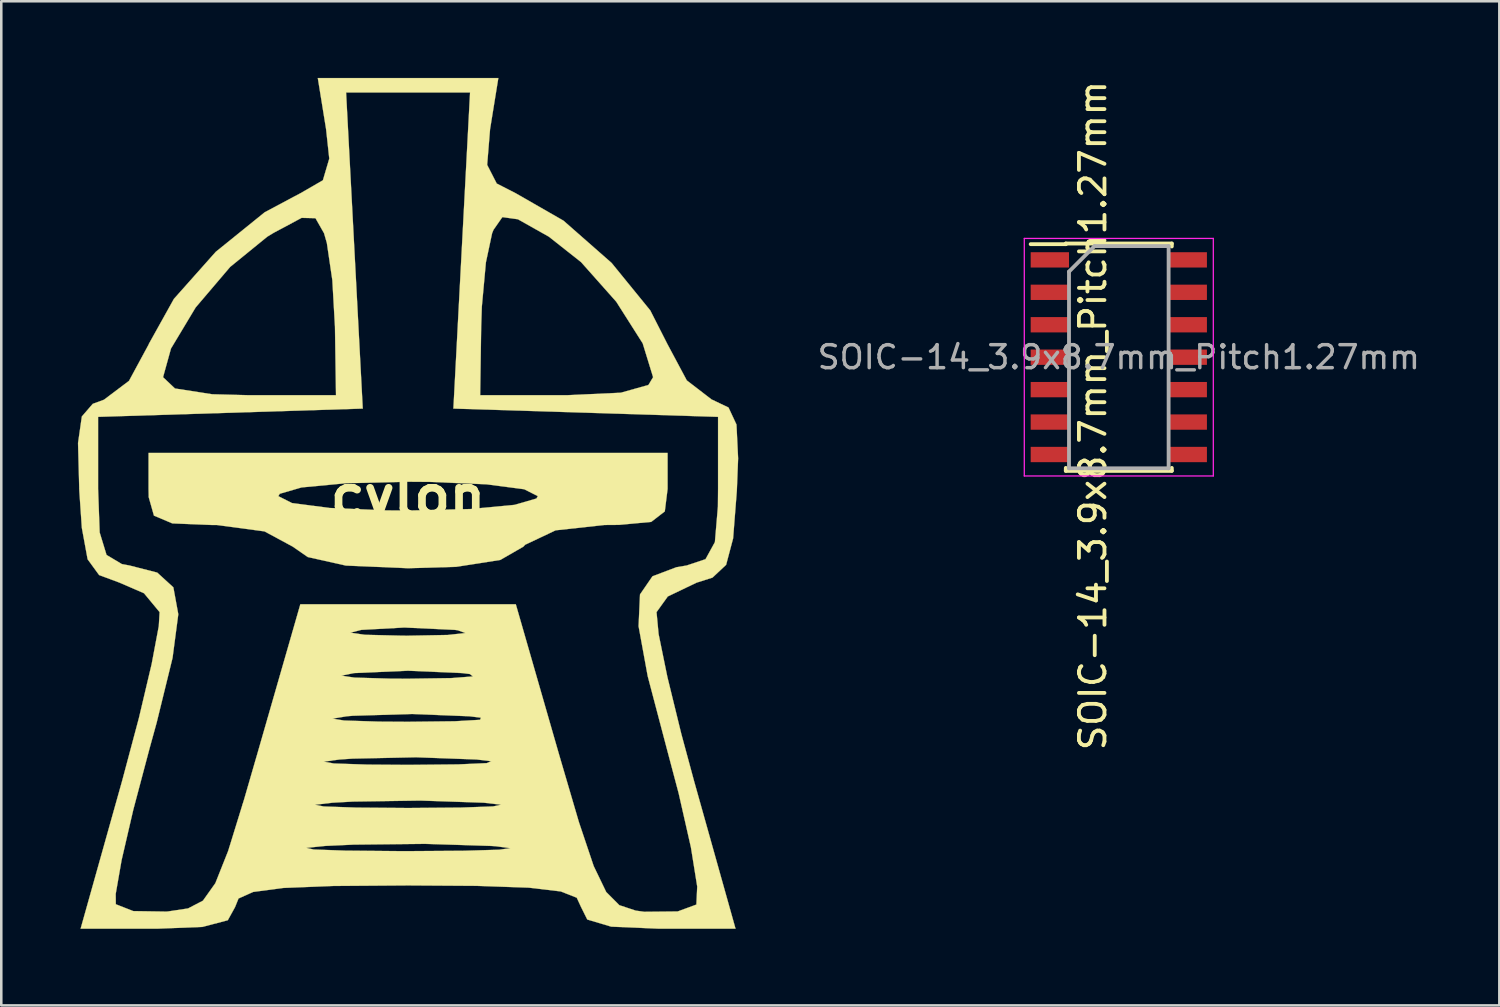
<source format=kicad_pcb>
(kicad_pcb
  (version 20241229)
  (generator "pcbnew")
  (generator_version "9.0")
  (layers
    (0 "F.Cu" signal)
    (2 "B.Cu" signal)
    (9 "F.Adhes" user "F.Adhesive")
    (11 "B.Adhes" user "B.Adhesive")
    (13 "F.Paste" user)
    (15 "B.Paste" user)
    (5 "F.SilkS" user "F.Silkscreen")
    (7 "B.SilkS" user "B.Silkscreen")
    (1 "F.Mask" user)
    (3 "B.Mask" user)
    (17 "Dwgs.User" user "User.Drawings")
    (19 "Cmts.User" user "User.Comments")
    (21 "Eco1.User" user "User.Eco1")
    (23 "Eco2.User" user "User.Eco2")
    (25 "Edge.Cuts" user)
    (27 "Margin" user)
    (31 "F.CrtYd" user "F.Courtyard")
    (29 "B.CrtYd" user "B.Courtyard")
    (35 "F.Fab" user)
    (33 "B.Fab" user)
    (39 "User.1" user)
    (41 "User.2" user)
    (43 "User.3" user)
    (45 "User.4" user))
  (footprint "cylon"
    (layer "F.Cu")
    (at 12.926 16.374)
    (property "Reference" "cylon" (at 0 0 0) (layer "F.SilkS") (effects (font (size 1.524 1.524) (thickness 0.3))))
    (attr through_hole)
    (fp_poly (pts (xy 10.16 -0.282) (xy 10.051 0.597) (xy 9.519 1.008) (xy 8.259 1.125) (xy 7.689 1.129) (xy 5.777 1.338) (xy 4.582 1.903) (xy 4.516 1.976) (xy 3.612 2.497) (xy 1.885 2.767) (xy 0 2.822) (xy -2.436 2.718) (xy -3.927 2.384) (xy -4.516 1.976) (xy -5.62 1.38) (xy -7.476 1.131) (xy -7.689 1.129) (xy -9.229 1.067) (xy -9.949 0.763) (xy -10.153 0.043) (xy -10.154 0) (xy -5.08 0) (xy -4.547 0.27) (xy -3.072 0.463) (xy -0.84 0.558) (xy 0 0.564) (xy 2.434 0.505) (xy 4.17 0.341) (xy 5.024 0.093) (xy 5.08 0) (xy 4.547 -0.27) (xy 3.072 -0.463) (xy 0.84 -0.558) (xy 0 -0.564) (xy -2.434 -0.505) (xy -4.17 -0.341) (xy -5.024 -0.093) (xy -5.08 0) (xy -10.154 0) (xy -10.16 -0.282) (xy -10.16 -1.693) (xy 10.16 -1.693) (xy 10.16 -0.282)) (stroke (width 0.01) (type solid)) (fill yes) (layer "F.SilkS"))
    (fp_poly (pts (xy 3.21 -14.367) (xy 3.096 -12.97) (xy 3.471 -12.238) (xy 4.202 -11.865) (xy 6.083 -10.786) (xy 7.968 -9.13) (xy 9.482 -7.271) (xy 10.15 -5.958) (xy 10.912 -4.531) (xy 11.893 -3.777) (xy 11.907 -3.774) (xy 12.545 -3.47) (xy 12.857 -2.802) (xy 12.921 -1.478) (xy 12.871 -0.209) (xy 12.725 1.655) (xy 12.451 2.689) (xy 11.918 3.189) (xy 11.292 3.388) (xy 10.168 3.927) (xy 9.727 4.54) (xy 9.808 5.4) (xy 10.151 7.076) (xy 10.696 9.304) (xy 11.195 11.148) (xy 12.82 16.933) (xy 9.797 16.933) (xy 7.952 16.854) (xy 7.016 16.575) (xy 6.773 16.087) (xy 6.604 15.722) (xy 5.979 15.476) (xy 4.727 15.328) (xy 2.675 15.257) (xy 0 15.24) (xy -2.92 15.261) (xy -4.885 15.339) (xy -6.067 15.496) (xy -6.638 15.752) (xy -6.773 16.087) (xy -7.058 16.603) (xy -8.054 16.865) (xy -9.797 16.933) (xy -12.82 16.933) (xy -11.195 11.148) (xy -10.537 8.683) (xy -10.039 6.574) (xy -9.759 5.086) (xy -9.727 4.54) (xy -10.339 3.801) (xy -11.292 3.388) (xy -12.096 3.089) (xy -12.546 2.472) (xy -12.772 1.241) (xy -12.871 -0.209) (xy -12.921 -2.081) (xy -12.774 -3.104) (xy -12.136 -3.104) (xy -12.136 -0.282) (xy -12.074 1.422) (xy -11.805 2.302) (xy -11.207 2.659) (xy -10.907 2.715) (xy -9.82 2.993) (xy -9.189 3.57) (xy -8.996 4.623) (xy -9.22 6.329) (xy -9.843 8.867) (xy -10.124 9.887) (xy -10.756 12.27) (xy -11.215 14.248) (xy -11.446 15.571) (xy -11.442 15.977) (xy -10.759 16.245) (xy -9.464 16.265) (xy -9.406 16.26) (xy -8.615 16.141) (xy -8.032 15.838) (xy -7.546 15.154) (xy -7.045 13.894) (xy -7.006 13.77) (xy -3.986 13.77) (xy -3.693 13.834) (xy -2.462 13.878) (xy -0.387 13.897) (xy 0 13.898) (xy 2.196 13.883) (xy 3.563 13.842) (xy 4.006 13.781) (xy 3.43 13.706) (xy 3.246 13.694) (xy 0.662 13.613) (xy -2.133 13.643) (xy -3.246 13.694) (xy -3.986 13.77) (xy -7.006 13.77) (xy -6.485 12.083) (xy -3.648 12.083) (xy -3.302 12.149) (xy -2.028 12.193) (xy 0 12.209) (xy 2.081 12.192) (xy 3.328 12.147) (xy 3.642 12.08) (xy 2.963 12.002) (xy 0.485 11.918) (xy -2.163 11.958) (xy -2.963 12.002) (xy -3.648 12.083) (xy -6.485 12.083) (xy -6.417 11.863) (xy -5.992 10.396) (xy -3.306 10.396) (xy -2.907 10.466) (xy -1.588 10.51) (xy 0 10.521) (xy 1.959 10.502) (xy 3.08 10.452) (xy 3.258 10.378) (xy 2.681 10.31) (xy 0.314 10.223) (xy -2.174 10.276) (xy -2.681 10.31) (xy -3.306 10.396) (xy -5.992 10.396) (xy -5.923 10.16) (xy -5.506 8.711) (xy -2.961 8.711) (xy -2.506 8.784) (xy -1.142 8.827) (xy 0 8.834) (xy 1.832 8.813) (xy 2.819 8.756) (xy 2.851 8.673) (xy 2.399 8.618) (xy 0.151 8.529) (xy -2.162 8.598) (xy -2.399 8.618) (xy -2.961 8.711) (xy -5.506 8.711) (xy -5.022 7.028) (xy -2.613 7.028) (xy -2.099 7.104) (xy -0.691 7.145) (xy 0 7.148) (xy 1.696 7.123) (xy 2.54 7.058) (xy 2.416 6.964) (xy 2.117 6.927) (xy -0.003 6.835) (xy -2.117 6.927) (xy -2.613 7.028) (xy -5.022 7.028) (xy -4.538 5.347) (xy -2.26 5.347) (xy -1.684 5.428) (xy -0.232 5.463) (xy 0 5.464) (xy 1.551 5.435) (xy 2.241 5.359) (xy 1.945 5.251) (xy 1.834 5.236) (xy -0.145 5.143) (xy -1.834 5.236) (xy -2.26 5.347) (xy -4.538 5.347) (xy -4.218 4.233) (xy 4.218 4.233) (xy 5.924 10.16) (xy 6.69 12.767) (xy 7.266 14.48) (xy 7.757 15.498) (xy 8.271 16.014) (xy 8.914 16.227) (xy 9.246 16.272) (xy 10.555 16.259) (xy 11.287 15.99) (xy 11.32 15.284) (xy 11.073 13.747) (xy 10.592 11.628) (xy 10.13 9.887) (xy 9.381 7.045) (xy 9.024 5.092) (xy 9.08 3.848) (xy 9.568 3.138) (xy 10.506 2.783) (xy 10.907 2.715) (xy 11.645 2.468) (xy 12.012 1.8) (xy 12.13 0.409) (xy 12.136 -0.282) (xy 12.136 -3.104) (xy 1.774 -3.428) (xy 1.802 -3.951) (xy 2.822 -3.951) (xy 6.209 -3.951) (xy 8.328 -4.049) (xy 9.41 -4.353) (xy 9.593 -4.657) (xy 9.185 -5.983) (xy 8.152 -7.61) (xy 6.773 -9.162) (xy 5.513 -10.157) (xy 4.3 -10.84) (xy 3.691 -10.924) (xy 3.345 -10.428) (xy 3.29 -10.293) (xy 3.047 -9.152) (xy 2.888 -7.42) (xy 2.862 -6.632) (xy 2.822 -3.951) (xy 1.802 -3.951) (xy 2.1 -9.616) (xy 2.427 -15.804) (xy -2.427 -15.804) (xy -2.1 -9.616) (xy -1.774 -3.428) (xy -12.136 -3.104) (xy -12.774 -3.104) (xy -12.771 -3.12) (xy -12.344 -3.614) (xy -11.907 -3.774) (xy -10.925 -4.514) (xy -10.848 -4.657) (xy -9.593 -4.657) (xy -9.126 -4.215) (xy -7.668 -3.989) (xy -6.209 -3.951) (xy -2.822 -3.951) (xy -2.862 -6.632) (xy -2.965 -8.453) (xy -3.18 -9.912) (xy -3.29 -10.293) (xy -3.625 -10.882) (xy -4.168 -10.895) (xy -5.259 -10.311) (xy -5.513 -10.157) (xy -6.967 -8.973) (xy -8.316 -7.388) (xy -9.282 -5.78) (xy -9.593 -4.657) (xy -10.848 -4.657) (xy -10.157 -5.935) (xy -10.15 -5.958) (xy -9.168 -7.722) (xy -7.529 -9.565) (xy -5.61 -11.116) (xy -4.202 -11.865) (xy -3.335 -12.367) (xy -3.085 -13.213) (xy -3.21 -14.367) (xy -3.534 -16.369) (xy 3.534 -16.369) (xy 3.21 -14.367)) (stroke (width 0.01) (type solid)) (fill yes) (layer "F.SilkS")))
  (footprint "SOIC-14_3.9x8.7mm_Pitch1.27mm"
    (layer "F.Cu")
    (at 40.751 10.934)
    (property "Reference" "SOIC-14_3.9x8.7mm_Pitch1.27mm" (at -1.016 2.286 270) (layer "F.SilkS") (effects (font (size 1 1) (thickness 0.15))))
    (attr smd)
    (fp_line (start -2.075 -4.45) (end -2.075 -4.425) (stroke (width 0.15) (type solid)) (layer "F.SilkS"))
    (fp_line (start -2.075 -4.45) (end 2.075 -4.45) (stroke (width 0.15) (type solid)) (layer "F.SilkS"))
    (fp_line (start -2.075 -4.425) (end -3.45 -4.425) (stroke (width 0.15) (type solid)) (layer "F.SilkS"))
    (fp_line (start -2.075 4.45) (end -2.075 4.335) (stroke (width 0.15) (type solid)) (layer "F.SilkS"))
    (fp_line (start -2.075 4.45) (end 2.075 4.45) (stroke (width 0.15) (type solid)) (layer "F.SilkS"))
    (fp_line (start 2.075 -4.45) (end 2.075 -4.335) (stroke (width 0.15) (type solid)) (layer "F.SilkS"))
    (fp_line (start 2.075 4.45) (end 2.075 4.335) (stroke (width 0.15) (type solid)) (layer "F.SilkS"))
    (fp_line (start -3.7 -4.65) (end -3.7 4.65) (stroke (width 0.05) (type solid)) (layer "F.CrtYd"))
    (fp_line (start -3.7 -4.65) (end 3.7 -4.65) (stroke (width 0.05) (type solid)) (layer "F.CrtYd"))
    (fp_line (start -3.7 4.65) (end 3.7 4.65) (stroke (width 0.05) (type solid)) (layer "F.CrtYd"))
    (fp_line (start 3.7 -4.65) (end 3.7 4.65) (stroke (width 0.05) (type solid)) (layer "F.CrtYd"))
    (fp_line (start -1.95 -3.35) (end -0.95 -4.35) (stroke (width 0.15) (type solid)) (layer "F.Fab"))
    (fp_line (start -1.95 4.35) (end -1.95 -3.35) (stroke (width 0.15) (type solid)) (layer "F.Fab"))
    (fp_line (start -0.95 -4.35) (end 1.95 -4.35) (stroke (width 0.15) (type solid)) (layer "F.Fab"))
    (fp_line (start 1.95 -4.35) (end 1.95 4.35) (stroke (width 0.15) (type solid)) (layer "F.Fab"))
    (fp_line (start 1.95 4.35) (end -1.95 4.35) (stroke (width 0.15) (type solid)) (layer "F.Fab"))
    (fp_text user "${REFERENCE}" (at 0 0 0) (layer "F.Fab") (effects (font (size 0.9 0.9) (thickness 0.135))))
    (pad "1" smd rect (at -2.7 -3.81) (size 1.5 0.6) (layers "F.Cu" "F.Mask" "F.Paste"))
    (pad "2" smd rect (at -2.7 -2.54) (size 1.5 0.6) (layers "F.Cu" "F.Mask" "F.Paste"))
    (pad "3" smd rect (at -2.7 -1.27) (size 1.5 0.6) (layers "F.Cu" "F.Mask" "F.Paste"))
    (pad "4" smd rect (at -2.7 0) (size 1.5 0.6) (layers "F.Cu" "F.Mask" "F.Paste"))
    (pad "5" smd rect (at -2.7 1.27) (size 1.5 0.6) (layers "F.Cu" "F.Mask" "F.Paste"))
    (pad "6" smd rect (at -2.7 2.54) (size 1.5 0.6) (layers "F.Cu" "F.Mask" "F.Paste"))
    (pad "7" smd rect (at -2.7 3.81) (size 1.5 0.6) (layers "F.Cu" "F.Mask" "F.Paste"))
    (pad "8" smd rect (at 2.7 3.81) (size 1.5 0.6) (layers "F.Cu" "F.Mask" "F.Paste"))
    (pad "9" smd rect (at 2.7 2.54) (size 1.5 0.6) (layers "F.Cu" "F.Mask" "F.Paste"))
    (pad "10" smd rect (at 2.7 1.27) (size 1.5 0.6) (layers "F.Cu" "F.Mask" "F.Paste"))
    (pad "11" smd rect (at 2.7 0) (size 1.5 0.6) (layers "F.Cu" "F.Mask" "F.Paste"))
    (pad "12" smd rect (at 2.7 -1.27) (size 1.5 0.6) (layers "F.Cu" "F.Mask" "F.Paste"))
    (pad "13" smd rect (at 2.7 -2.54) (size 1.5 0.6) (layers "F.Cu" "F.Mask" "F.Paste"))
    (pad "14" smd rect (at 2.7 -3.81) (size 1.5 0.6) (layers "F.Cu" "F.Mask" "F.Paste")))
  (gr_rect
    (start -3 -3)
    (end 55.649 36.312)
    (stroke (width 0.1) (type default))
    (fill no)
    (layer "Edge.Cuts")))
</source>
